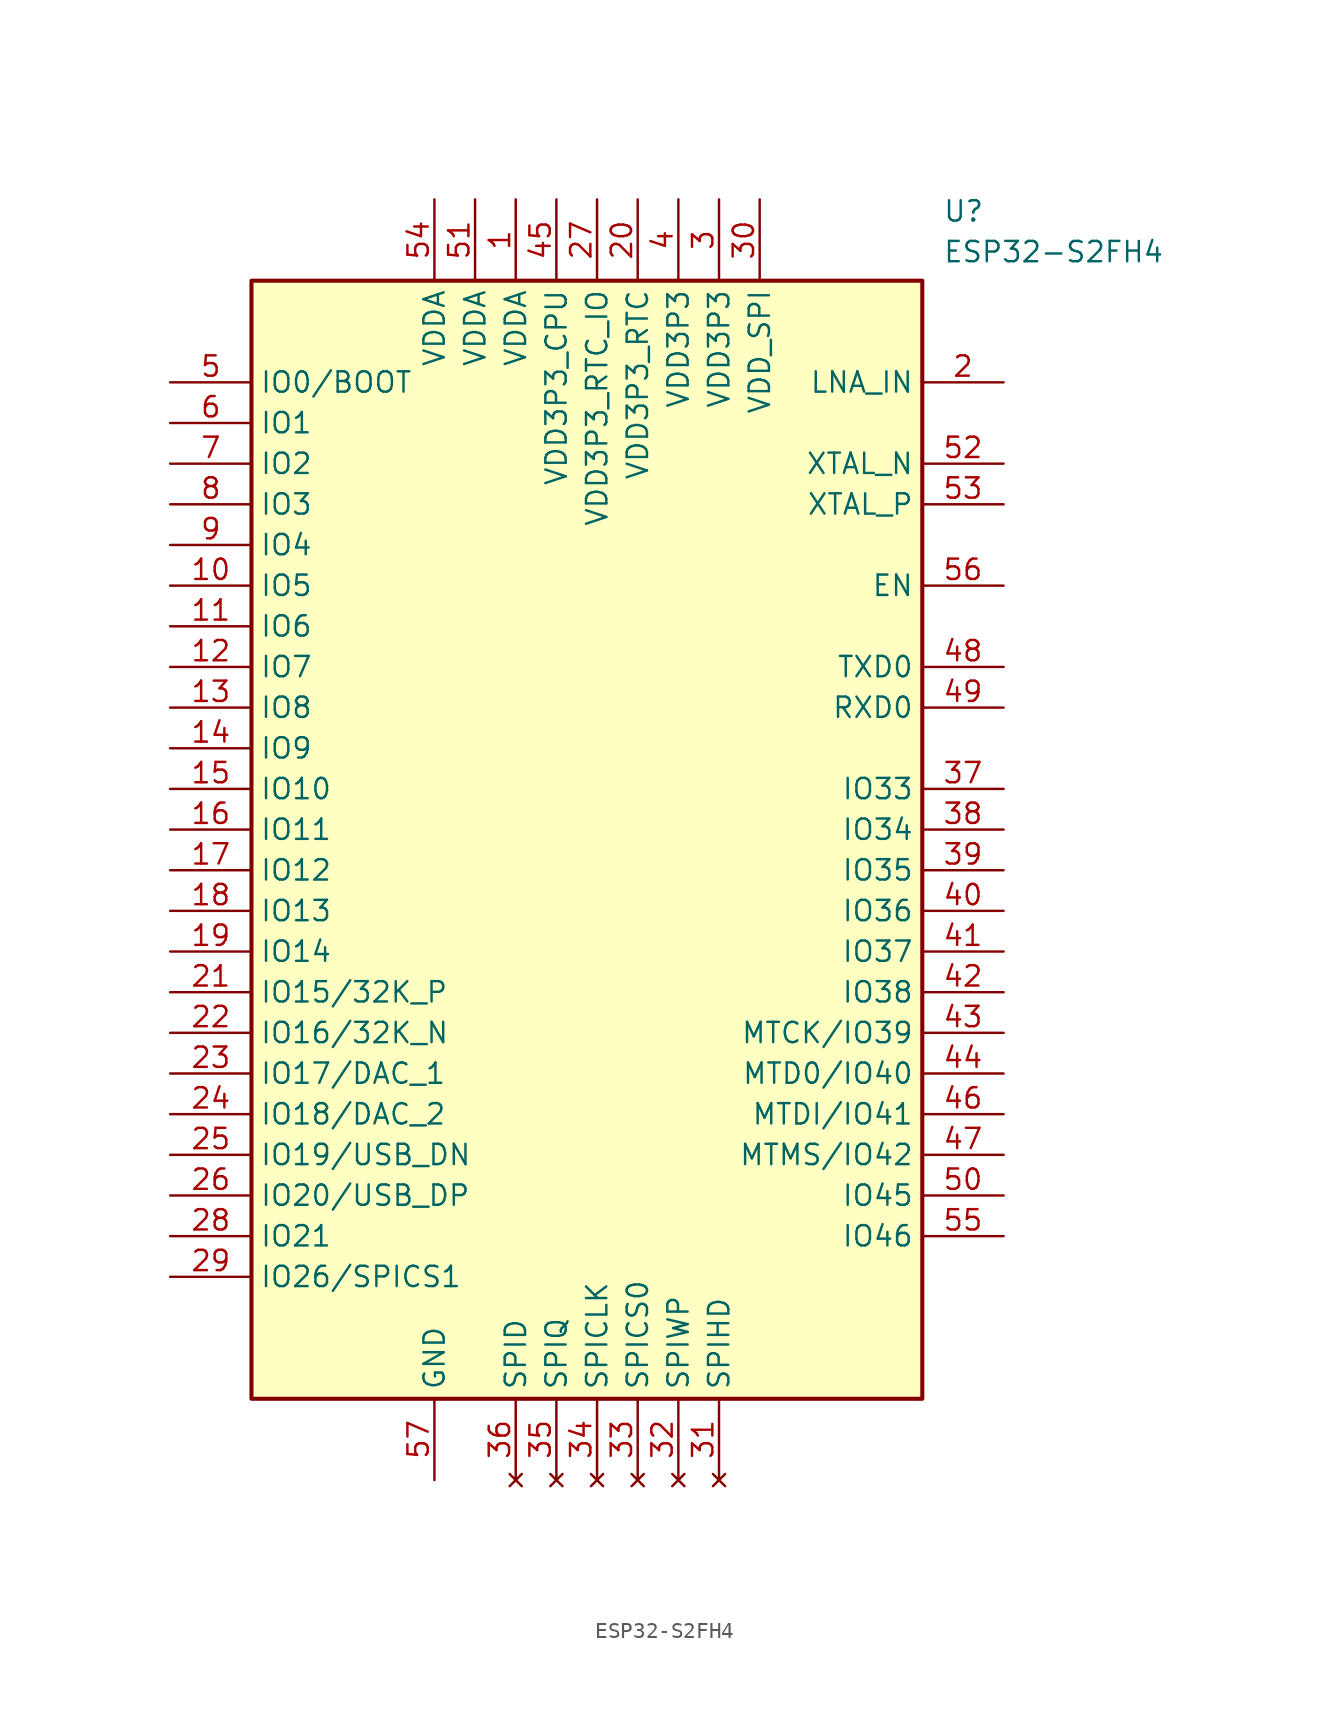
<source format=kicad_sym>
(kicad_symbol_lib
  (version 20220914)
  (generator kicad_symbol_editor)
  (symbol "ESP32-S2FH4"
    (property "Reference" "U"
      (at 46.99 22.86 0)
      (effects (font (size 1.27 1.27)) (justify left top)))
    (property "Value" "ESP32-S2FH4"
      (at 46.99 20.32 0)
      (effects (font (size 1.27 1.27)) (justify left top)))
    (symbol "ESP32-S2FH4_1_1"
      (rectangle (start 3.81 17.78) (end 45.72 -52.07) (stroke (width 0.254) (type default)) (fill (type background)))
      (pin power_in line (at 20.32 22.86 270) (length 5.08) (name "VDDA" (effects (font (size 1.27 1.27)))) (number "1" (effects (font (size 1.27 1.27)))))
      (pin bidirectional line (at -1.27 -1.27 0) (length 5.08) (name "IO5" (effects (font (size 1.27 1.27)))) (number "10" (effects (font (size 1.27 1.27)))))
      (pin bidirectional line (at -1.27 -3.81 0) (length 5.08) (name "IO6" (effects (font (size 1.27 1.27)))) (number "11" (effects (font (size 1.27 1.27)))))
      (pin bidirectional line (at -1.27 -6.35 0) (length 5.08) (name "IO7" (effects (font (size 1.27 1.27)))) (number "12" (effects (font (size 1.27 1.27)))))
      (pin bidirectional line (at -1.27 -8.89 0) (length 5.08) (name "IO8" (effects (font (size 1.27 1.27)))) (number "13" (effects (font (size 1.27 1.27)))))
      (pin bidirectional line (at -1.27 -11.43 0) (length 5.08) (name "IO9" (effects (font (size 1.27 1.27)))) (number "14" (effects (font (size 1.27 1.27)))))
      (pin bidirectional line (at -1.27 -13.97 0) (length 5.08) (name "IO10" (effects (font (size 1.27 1.27)))) (number "15" (effects (font (size 1.27 1.27)))))
      (pin bidirectional line (at -1.27 -16.51 0) (length 5.08) (name "IO11" (effects (font (size 1.27 1.27)))) (number "16" (effects (font (size 1.27 1.27)))))
      (pin bidirectional line (at -1.27 -19.05 0) (length 5.08) (name "IO12" (effects (font (size 1.27 1.27)))) (number "17" (effects (font (size 1.27 1.27)))))
      (pin bidirectional line (at -1.27 -21.59 0) (length 5.08) (name "IO13" (effects (font (size 1.27 1.27)))) (number "18" (effects (font (size 1.27 1.27)))))
      (pin bidirectional line (at -1.27 -24.13 0) (length 5.08) (name "IO14" (effects (font (size 1.27 1.27)))) (number "19" (effects (font (size 1.27 1.27)))))
      (pin bidirectional line (at 50.8 11.43 180) (length 5.08) (name "LNA_IN" (effects (font (size 1.27 1.27)))) (number "2" (effects (font (size 1.27 1.27)))))
      (pin power_in line (at 27.94 22.86 270) (length 5.08) (name "VDD3P3_RTC" (effects (font (size 1.27 1.27)))) (number "20" (effects (font (size 1.27 1.27)))))
      (pin bidirectional line (at -1.27 -26.67 0) (length 5.08) (name "IO15/32K_P" (effects (font (size 1.27 1.27)))) (number "21" (effects (font (size 1.27 1.27)))))
      (pin bidirectional line (at -1.27 -29.21 0) (length 5.08) (name "IO16/32K_N" (effects (font (size 1.27 1.27)))) (number "22" (effects (font (size 1.27 1.27)))))
      (pin bidirectional line (at -1.27 -31.75 0) (length 5.08) (name "IO17/DAC_1" (effects (font (size 1.27 1.27)))) (number "23" (effects (font (size 1.27 1.27)))))
      (pin bidirectional line (at -1.27 -34.29 0) (length 5.08) (name "IO18/DAC_2" (effects (font (size 1.27 1.27)))) (number "24" (effects (font (size 1.27 1.27)))))
      (pin bidirectional line (at -1.27 -36.83 0) (length 5.08) (name "IO19/USB_DN" (effects (font (size 1.27 1.27)))) (number "25" (effects (font (size 1.27 1.27)))))
      (pin bidirectional line (at -1.27 -39.37 0) (length 5.08) (name "IO20/USB_DP" (effects (font (size 1.27 1.27)))) (number "26" (effects (font (size 1.27 1.27)))))
      (pin power_in line (at 25.4 22.86 270) (length 5.08) (name "VDD3P3_RTC_IO" (effects (font (size 1.27 1.27)))) (number "27" (effects (font (size 1.27 1.27)))))
      (pin bidirectional line (at -1.27 -41.91 0) (length 5.08) (name "IO21" (effects (font (size 1.27 1.27)))) (number "28" (effects (font (size 1.27 1.27)))))
      (pin bidirectional line (at -1.27 -44.45 0) (length 5.08) (name "IO26/SPICS1" (effects (font (size 1.27 1.27)))) (number "29" (effects (font (size 1.27 1.27)))))
      (pin power_in line (at 33.02 22.86 270) (length 5.08) (name "VDD3P3" (effects (font (size 1.27 1.27)))) (number "3" (effects (font (size 1.27 1.27)))))
      (pin power_in line (at 35.56 22.86 270) (length 5.08) (name "VDD_SPI" (effects (font (size 1.27 1.27)))) (number "30" (effects (font (size 1.27 1.27)))))
      (pin no_connect line (at 33.02 -57.15 90) (length 5.08) (name "SPIHD" (effects (font (size 1.27 1.27)))) (number "31" (effects (font (size 1.27 1.27)))))
      (pin no_connect line (at 30.48 -57.15 90) (length 5.08) (name "SPIWP" (effects (font (size 1.27 1.27)))) (number "32" (effects (font (size 1.27 1.27)))))
      (pin no_connect line (at 27.94 -57.15 90) (length 5.08) (name "SPICS0" (effects (font (size 1.27 1.27)))) (number "33" (effects (font (size 1.27 1.27)))))
      (pin no_connect line (at 25.4 -57.15 90) (length 5.08) (name "SPICLK" (effects (font (size 1.27 1.27)))) (number "34" (effects (font (size 1.27 1.27)))))
      (pin no_connect line (at 22.86 -57.15 90) (length 5.08) (name "SPIQ" (effects (font (size 1.27 1.27)))) (number "35" (effects (font (size 1.27 1.27)))))
      (pin no_connect line (at 20.32 -57.15 90) (length 5.08) (name "SPID" (effects (font (size 1.27 1.27)))) (number "36" (effects (font (size 1.27 1.27)))))
      (pin bidirectional line (at 50.8 -13.97 180) (length 5.08) (name "IO33" (effects (font (size 1.27 1.27)))) (number "37" (effects (font (size 1.27 1.27)))))
      (pin bidirectional line (at 50.8 -16.51 180) (length 5.08) (name "IO34" (effects (font (size 1.27 1.27)))) (number "38" (effects (font (size 1.27 1.27)))))
      (pin bidirectional line (at 50.8 -19.05 180) (length 5.08) (name "IO35" (effects (font (size 1.27 1.27)))) (number "39" (effects (font (size 1.27 1.27)))))
      (pin power_in line (at 30.48 22.86 270) (length 5.08) (name "VDD3P3" (effects (font (size 1.27 1.27)))) (number "4" (effects (font (size 1.27 1.27)))))
      (pin bidirectional line (at 50.8 -21.59 180) (length 5.08) (name "IO36" (effects (font (size 1.27 1.27)))) (number "40" (effects (font (size 1.27 1.27)))))
      (pin bidirectional line (at 50.8 -24.13 180) (length 5.08) (name "IO37" (effects (font (size 1.27 1.27)))) (number "41" (effects (font (size 1.27 1.27)))))
      (pin bidirectional line (at 50.8 -26.67 180) (length 5.08) (name "IO38" (effects (font (size 1.27 1.27)))) (number "42" (effects (font (size 1.27 1.27)))))
      (pin bidirectional line (at 50.8 -29.21 180) (length 5.08) (name "MTCK/IO39" (effects (font (size 1.27 1.27)))) (number "43" (effects (font (size 1.27 1.27)))))
      (pin bidirectional line (at 50.8 -31.75 180) (length 5.08) (name "MTD0/IO40" (effects (font (size 1.27 1.27)))) (number "44" (effects (font (size 1.27 1.27)))))
      (pin power_in line (at 22.86 22.86 270) (length 5.08) (name "VDD3P3_CPU" (effects (font (size 1.27 1.27)))) (number "45" (effects (font (size 1.27 1.27)))))
      (pin bidirectional line (at 50.8 -34.29 180) (length 5.08) (name "MTDI/IO41" (effects (font (size 1.27 1.27)))) (number "46" (effects (font (size 1.27 1.27)))))
      (pin bidirectional line (at 50.8 -36.83 180) (length 5.08) (name "MTMS/IO42" (effects (font (size 1.27 1.27)))) (number "47" (effects (font (size 1.27 1.27)))))
      (pin output line (at 50.8 -6.35 180) (length 5.08) (name "TXD0" (effects (font (size 1.27 1.27)))) (number "48" (effects (font (size 1.27 1.27)))))
      (pin input line (at 50.8 -8.89 180) (length 5.08) (name "RXD0" (effects (font (size 1.27 1.27)))) (number "49" (effects (font (size 1.27 1.27)))))
      (pin bidirectional line (at -1.27 11.43 0) (length 5.08) (name "IO0/BOOT" (effects (font (size 1.27 1.27)))) (number "5" (effects (font (size 1.27 1.27)))))
      (pin bidirectional line (at 50.8 -39.37 180) (length 5.08) (name "IO45" (effects (font (size 1.27 1.27)))) (number "50" (effects (font (size 1.27 1.27)))))
      (pin power_in line (at 17.78 22.86 270) (length 5.08) (name "VDDA" (effects (font (size 1.27 1.27)))) (number "51" (effects (font (size 1.27 1.27)))))
      (pin passive line (at 50.8 6.35 180) (length 5.08) (name "XTAL_N" (effects (font (size 1.27 1.27)))) (number "52" (effects (font (size 1.27 1.27)))))
      (pin passive line (at 50.8 3.81 180) (length 5.08) (name "XTAL_P" (effects (font (size 1.27 1.27)))) (number "53" (effects (font (size 1.27 1.27)))))
      (pin power_in line (at 15.24 22.86 270) (length 5.08) (name "VDDA" (effects (font (size 1.27 1.27)))) (number "54" (effects (font (size 1.27 1.27)))))
      (pin input line (at 50.8 -41.91 180) (length 5.08) (name "IO46" (effects (font (size 1.27 1.27)))) (number "55" (effects (font (size 1.27 1.27)))))
      (pin input line (at 50.8 -1.27 180) (length 5.08) (name "EN" (effects (font (size 1.27 1.27)))) (number "56" (effects (font (size 1.27 1.27)))))
      (pin power_in line (at 15.24 -57.15 90) (length 5.08) (name "GND" (effects (font (size 1.27 1.27)))) (number "57" (effects (font (size 1.27 1.27)))))
      (pin bidirectional line (at -1.27 8.89 0) (length 5.08) (name "IO1" (effects (font (size 1.27 1.27)))) (number "6" (effects (font (size 1.27 1.27)))))
      (pin bidirectional line (at -1.27 6.35 0) (length 5.08) (name "IO2" (effects (font (size 1.27 1.27)))) (number "7" (effects (font (size 1.27 1.27)))))
      (pin bidirectional line (at -1.27 3.81 0) (length 5.08) (name "IO3" (effects (font (size 1.27 1.27)))) (number "8" (effects (font (size 1.27 1.27)))))
      (pin bidirectional line (at -1.27 1.27 0) (length 5.08) (name "IO4" (effects (font (size 1.27 1.27)))) (number "9" (effects (font (size 1.27 1.27))))))))
</source>
